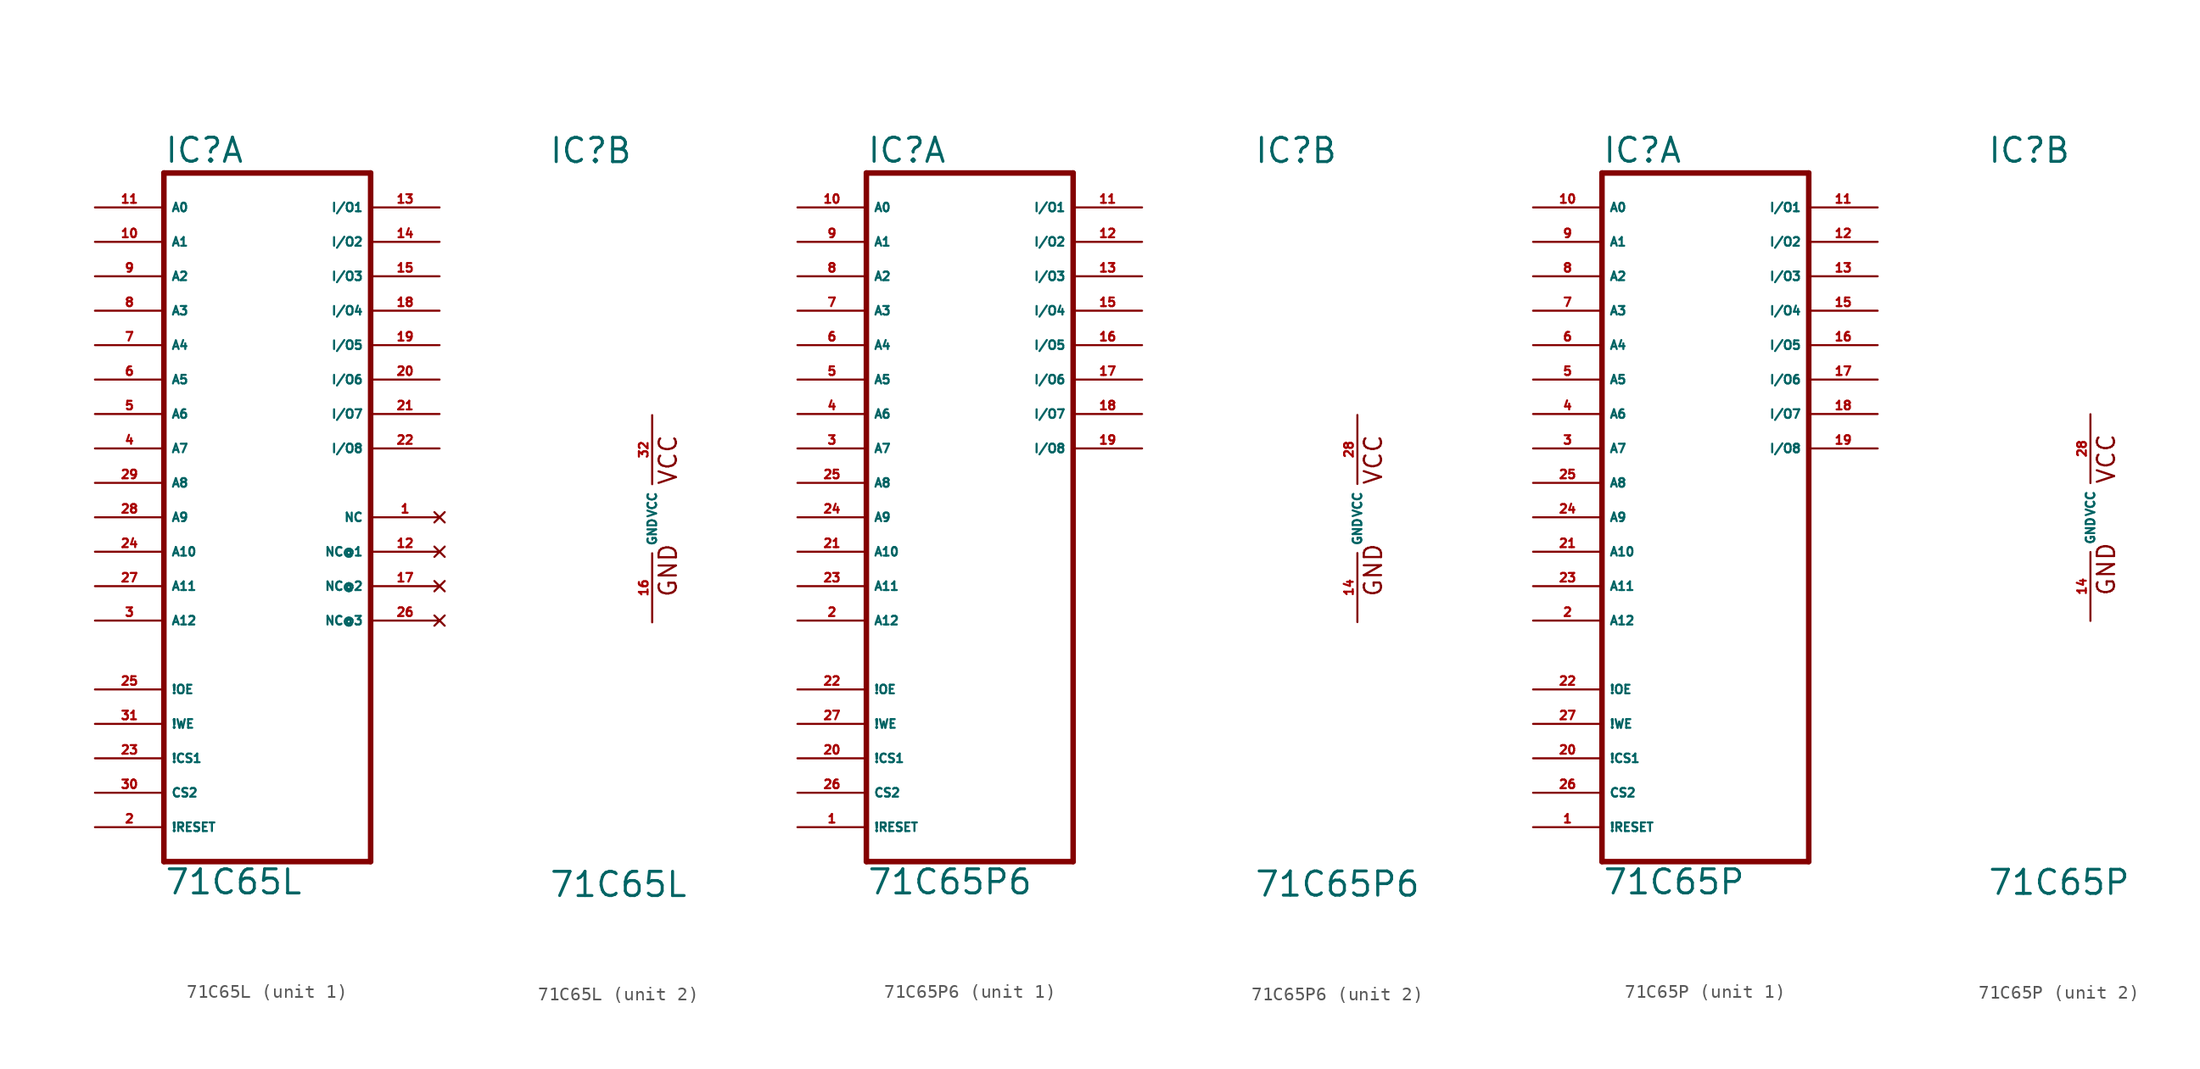
<source format=kicad_sym>
(kicad_symbol_lib
  (version 20220914)
  (generator Eagle2Kicad)
  (symbol "71C65L"
    (property "Reference" "IC"
      (at -7.62 26.035 0)
      (effects (font (size 1.778 1.778) (thickness 0.22)) (justify left bottom)))
    (property "Value" "71C65L"
      (at -7.62 -27.94 0)
      (effects (font (size 1.778 1.778) (thickness 0.22)) (justify left bottom)))
    (symbol "71C65L_1_0"
      (polyline (pts (xy -7.62 -25.4) (xy 7.62 -25.4)) (stroke (width 0.406) (type default)) (fill (type none)))
      (polyline (pts (xy 7.62 -25.4) (xy 7.62 25.4)) (stroke (width 0.406) (type default)) (fill (type none)))
      (polyline (pts (xy 7.62 25.4) (xy -7.62 25.4)) (stroke (width 0.406) (type default)) (fill (type none)))
      (polyline (pts (xy -7.62 25.4) (xy -7.62 -25.4)) (stroke (width 0.406) (type default)) (fill (type none)))
      (pin input line (at -12.7 22.86 0) (length 5.08) (name "A0" (effects (font (size 0.635 0.635) (thickness 0.08)) (justify left bottom))) (number "11" (effects (font (size 0.635 0.635) (thickness 0.08)) (justify left bottom))))
      (pin input line (at -12.7 20.32 0) (length 5.08) (name "A1" (effects (font (size 0.635 0.635) (thickness 0.08)) (justify left bottom))) (number "10" (effects (font (size 0.635 0.635) (thickness 0.08)) (justify left bottom))))
      (pin input line (at -12.7 17.78 0) (length 5.08) (name "A2" (effects (font (size 0.635 0.635) (thickness 0.08)) (justify left bottom))) (number "9" (effects (font (size 0.635 0.635) (thickness 0.08)) (justify left bottom))))
      (pin input line (at -12.7 15.24 0) (length 5.08) (name "A3" (effects (font (size 0.635 0.635) (thickness 0.08)) (justify left bottom))) (number "8" (effects (font (size 0.635 0.635) (thickness 0.08)) (justify left bottom))))
      (pin input line (at -12.7 12.7 0) (length 5.08) (name "A4" (effects (font (size 0.635 0.635) (thickness 0.08)) (justify left bottom))) (number "7" (effects (font (size 0.635 0.635) (thickness 0.08)) (justify left bottom))))
      (pin input line (at -12.7 10.16 0) (length 5.08) (name "A5" (effects (font (size 0.635 0.635) (thickness 0.08)) (justify left bottom))) (number "6" (effects (font (size 0.635 0.635) (thickness 0.08)) (justify left bottom))))
      (pin input line (at -12.7 7.62 0) (length 5.08) (name "A6" (effects (font (size 0.635 0.635) (thickness 0.08)) (justify left bottom))) (number "5" (effects (font (size 0.635 0.635) (thickness 0.08)) (justify left bottom))))
      (pin input line (at -12.7 5.08 0) (length 5.08) (name "A7" (effects (font (size 0.635 0.635) (thickness 0.08)) (justify left bottom))) (number "4" (effects (font (size 0.635 0.635) (thickness 0.08)) (justify left bottom))))
      (pin input line (at -12.7 2.54 0) (length 5.08) (name "A8" (effects (font (size 0.635 0.635) (thickness 0.08)) (justify left bottom))) (number "29" (effects (font (size 0.635 0.635) (thickness 0.08)) (justify left bottom))))
      (pin input line (at -12.7 0 0) (length 5.08) (name "A9" (effects (font (size 0.635 0.635) (thickness 0.08)) (justify left bottom))) (number "28" (effects (font (size 0.635 0.635) (thickness 0.08)) (justify left bottom))))
      (pin input line (at -12.7 -2.54 0) (length 5.08) (name "A10" (effects (font (size 0.635 0.635) (thickness 0.08)) (justify left bottom))) (number "24" (effects (font (size 0.635 0.635) (thickness 0.08)) (justify left bottom))))
      (pin input line (at -12.7 -5.08 0) (length 5.08) (name "A11" (effects (font (size 0.635 0.635) (thickness 0.08)) (justify left bottom))) (number "27" (effects (font (size 0.635 0.635) (thickness 0.08)) (justify left bottom))))
      (pin input line (at -12.7 -12.7 0) (length 5.08) (name "!OE" (effects (font (size 0.635 0.635) (thickness 0.08)) (justify left bottom))) (number "25" (effects (font (size 0.635 0.635) (thickness 0.08)) (justify left bottom))))
      (pin input line (at -12.7 -15.24 0) (length 5.08) (name "!WE" (effects (font (size 0.635 0.635) (thickness 0.08)) (justify left bottom))) (number "31" (effects (font (size 0.635 0.635) (thickness 0.08)) (justify left bottom))))
      (pin input line (at -12.7 -17.78 0) (length 5.08) (name "!CS1" (effects (font (size 0.635 0.635) (thickness 0.08)) (justify left bottom))) (number "23" (effects (font (size 0.635 0.635) (thickness 0.08)) (justify left bottom))))
      (pin bidirectional line (at 12.7 22.86 180) (length 5.08) (name "I/O1" (effects (font (size 0.635 0.635) (thickness 0.08)) (justify left bottom))) (number "13" (effects (font (size 0.635 0.635) (thickness 0.08)) (justify left bottom))))
      (pin bidirectional line (at 12.7 20.32 180) (length 5.08) (name "I/O2" (effects (font (size 0.635 0.635) (thickness 0.08)) (justify left bottom))) (number "14" (effects (font (size 0.635 0.635) (thickness 0.08)) (justify left bottom))))
      (pin bidirectional line (at 12.7 17.78 180) (length 5.08) (name "I/O3" (effects (font (size 0.635 0.635) (thickness 0.08)) (justify left bottom))) (number "15" (effects (font (size 0.635 0.635) (thickness 0.08)) (justify left bottom))))
      (pin bidirectional line (at 12.7 15.24 180) (length 5.08) (name "I/O4" (effects (font (size 0.635 0.635) (thickness 0.08)) (justify left bottom))) (number "18" (effects (font (size 0.635 0.635) (thickness 0.08)) (justify left bottom))))
      (pin input line (at -12.7 -20.32 0) (length 5.08) (name "CS2" (effects (font (size 0.635 0.635) (thickness 0.08)) (justify left bottom))) (number "30" (effects (font (size 0.635 0.635) (thickness 0.08)) (justify left bottom))))
      (pin input line (at -12.7 -7.62 0) (length 5.08) (name "A12" (effects (font (size 0.635 0.635) (thickness 0.08)) (justify left bottom))) (number "3" (effects (font (size 0.635 0.635) (thickness 0.08)) (justify left bottom))))
      (pin bidirectional line (at 12.7 12.7 180) (length 5.08) (name "I/O5" (effects (font (size 0.635 0.635) (thickness 0.08)) (justify left bottom))) (number "19" (effects (font (size 0.635 0.635) (thickness 0.08)) (justify left bottom))))
      (pin bidirectional line (at 12.7 10.16 180) (length 5.08) (name "I/O6" (effects (font (size 0.635 0.635) (thickness 0.08)) (justify left bottom))) (number "20" (effects (font (size 0.635 0.635) (thickness 0.08)) (justify left bottom))))
      (pin bidirectional line (at 12.7 7.62 180) (length 5.08) (name "I/O7" (effects (font (size 0.635 0.635) (thickness 0.08)) (justify left bottom))) (number "21" (effects (font (size 0.635 0.635) (thickness 0.08)) (justify left bottom))))
      (pin bidirectional line (at 12.7 5.08 180) (length 5.08) (name "I/O8" (effects (font (size 0.635 0.635) (thickness 0.08)) (justify left bottom))) (number "22" (effects (font (size 0.635 0.635) (thickness 0.08)) (justify left bottom))))
      (pin input line (at -12.7 -22.86 0) (length 5.08) (name "!RESET" (effects (font (size 0.635 0.635) (thickness 0.08)) (justify left bottom))) (number "2" (effects (font (size 0.635 0.635) (thickness 0.08)) (justify left bottom))))
      (pin no_connect line (at 12.7 -7.62 180) (length 5.08) (name "NC@3" (effects (font (size 0.635 0.635) (thickness 0.08)) (justify left bottom) hide)) (number "26" (effects (font (size 0.635 0.635) (thickness 0.08)) (justify left bottom) hide)))
      (pin no_connect line (at 12.7 -5.08 180) (length 5.08) (name "NC@2" (effects (font (size 0.635 0.635) (thickness 0.08)) (justify left bottom) hide)) (number "17" (effects (font (size 0.635 0.635) (thickness 0.08)) (justify left bottom) hide)))
      (pin no_connect line (at 12.7 -2.54 180) (length 5.08) (name "NC@1" (effects (font (size 0.635 0.635) (thickness 0.08)) (justify left bottom) hide)) (number "12" (effects (font (size 0.635 0.635) (thickness 0.08)) (justify left bottom) hide)))
      (pin no_connect line (at 12.7 0 180) (length 5.08) (name "NC" (effects (font (size 0.635 0.635) (thickness 0.08)) (justify left bottom) hide)) (number "1" (effects (font (size 0.635 0.635) (thickness 0.08)) (justify left bottom) hide))))
    (symbol "71C65L_2_0"
      (text "GND" (at 1.905 -5.842 900) (effects (font (size 1.27 1.27) (thickness 0.16)) (justify left bottom)))
      (text "VCC" (at 1.905 2.413 900) (effects (font (size 1.27 1.27) (thickness 0.16)) (justify left bottom)))
      (pin unspecified line (at 0 7.62 270) (length 5.08) (name "VCC" (effects (font (size 0.635 0.635) (thickness 0.08)) (justify left bottom))) (number "32" (effects (font (size 0.635 0.635) (thickness 0.08)) (justify left bottom))))
      (pin unspecified line (at 0 -7.62 90) (length 5.08) (name "GND" (effects (font (size 0.635 0.635) (thickness 0.08)) (justify left bottom))) (number "16" (effects (font (size 0.635 0.635) (thickness 0.08)) (justify left bottom))))))
  (symbol "71C65P6"
    (property "Reference" "IC"
      (at -7.62 26.035 0)
      (effects (font (size 1.778 1.778) (thickness 0.22)) (justify left bottom)))
    (property "Value" "71C65P6"
      (at -7.62 -27.94 0)
      (effects (font (size 1.778 1.778) (thickness 0.22)) (justify left bottom)))
    (symbol "71C65P6_1_0"
      (polyline (pts (xy -7.62 -25.4) (xy 7.62 -25.4)) (stroke (width 0.406) (type default)) (fill (type none)))
      (polyline (pts (xy 7.62 -25.4) (xy 7.62 25.4)) (stroke (width 0.406) (type default)) (fill (type none)))
      (polyline (pts (xy 7.62 25.4) (xy -7.62 25.4)) (stroke (width 0.406) (type default)) (fill (type none)))
      (polyline (pts (xy -7.62 25.4) (xy -7.62 -25.4)) (stroke (width 0.406) (type default)) (fill (type none)))
      (pin input line (at -12.7 22.86 0) (length 5.08) (name "A0" (effects (font (size 0.635 0.635) (thickness 0.08)) (justify left bottom))) (number "10" (effects (font (size 0.635 0.635) (thickness 0.08)) (justify left bottom))))
      (pin input line (at -12.7 20.32 0) (length 5.08) (name "A1" (effects (font (size 0.635 0.635) (thickness 0.08)) (justify left bottom))) (number "9" (effects (font (size 0.635 0.635) (thickness 0.08)) (justify left bottom))))
      (pin input line (at -12.7 17.78 0) (length 5.08) (name "A2" (effects (font (size 0.635 0.635) (thickness 0.08)) (justify left bottom))) (number "8" (effects (font (size 0.635 0.635) (thickness 0.08)) (justify left bottom))))
      (pin input line (at -12.7 15.24 0) (length 5.08) (name "A3" (effects (font (size 0.635 0.635) (thickness 0.08)) (justify left bottom))) (number "7" (effects (font (size 0.635 0.635) (thickness 0.08)) (justify left bottom))))
      (pin input line (at -12.7 12.7 0) (length 5.08) (name "A4" (effects (font (size 0.635 0.635) (thickness 0.08)) (justify left bottom))) (number "6" (effects (font (size 0.635 0.635) (thickness 0.08)) (justify left bottom))))
      (pin input line (at -12.7 10.16 0) (length 5.08) (name "A5" (effects (font (size 0.635 0.635) (thickness 0.08)) (justify left bottom))) (number "5" (effects (font (size 0.635 0.635) (thickness 0.08)) (justify left bottom))))
      (pin input line (at -12.7 7.62 0) (length 5.08) (name "A6" (effects (font (size 0.635 0.635) (thickness 0.08)) (justify left bottom))) (number "4" (effects (font (size 0.635 0.635) (thickness 0.08)) (justify left bottom))))
      (pin input line (at -12.7 5.08 0) (length 5.08) (name "A7" (effects (font (size 0.635 0.635) (thickness 0.08)) (justify left bottom))) (number "3" (effects (font (size 0.635 0.635) (thickness 0.08)) (justify left bottom))))
      (pin input line (at -12.7 2.54 0) (length 5.08) (name "A8" (effects (font (size 0.635 0.635) (thickness 0.08)) (justify left bottom))) (number "25" (effects (font (size 0.635 0.635) (thickness 0.08)) (justify left bottom))))
      (pin input line (at -12.7 0 0) (length 5.08) (name "A9" (effects (font (size 0.635 0.635) (thickness 0.08)) (justify left bottom))) (number "24" (effects (font (size 0.635 0.635) (thickness 0.08)) (justify left bottom))))
      (pin input line (at -12.7 -2.54 0) (length 5.08) (name "A10" (effects (font (size 0.635 0.635) (thickness 0.08)) (justify left bottom))) (number "21" (effects (font (size 0.635 0.635) (thickness 0.08)) (justify left bottom))))
      (pin input line (at -12.7 -5.08 0) (length 5.08) (name "A11" (effects (font (size 0.635 0.635) (thickness 0.08)) (justify left bottom))) (number "23" (effects (font (size 0.635 0.635) (thickness 0.08)) (justify left bottom))))
      (pin input line (at -12.7 -12.7 0) (length 5.08) (name "!OE" (effects (font (size 0.635 0.635) (thickness 0.08)) (justify left bottom))) (number "22" (effects (font (size 0.635 0.635) (thickness 0.08)) (justify left bottom))))
      (pin input line (at -12.7 -15.24 0) (length 5.08) (name "!WE" (effects (font (size 0.635 0.635) (thickness 0.08)) (justify left bottom))) (number "27" (effects (font (size 0.635 0.635) (thickness 0.08)) (justify left bottom))))
      (pin input line (at -12.7 -17.78 0) (length 5.08) (name "!CS1" (effects (font (size 0.635 0.635) (thickness 0.08)) (justify left bottom))) (number "20" (effects (font (size 0.635 0.635) (thickness 0.08)) (justify left bottom))))
      (pin bidirectional line (at 12.7 22.86 180) (length 5.08) (name "I/O1" (effects (font (size 0.635 0.635) (thickness 0.08)) (justify left bottom))) (number "11" (effects (font (size 0.635 0.635) (thickness 0.08)) (justify left bottom))))
      (pin bidirectional line (at 12.7 20.32 180) (length 5.08) (name "I/O2" (effects (font (size 0.635 0.635) (thickness 0.08)) (justify left bottom))) (number "12" (effects (font (size 0.635 0.635) (thickness 0.08)) (justify left bottom))))
      (pin bidirectional line (at 12.7 17.78 180) (length 5.08) (name "I/O3" (effects (font (size 0.635 0.635) (thickness 0.08)) (justify left bottom))) (number "13" (effects (font (size 0.635 0.635) (thickness 0.08)) (justify left bottom))))
      (pin bidirectional line (at 12.7 15.24 180) (length 5.08) (name "I/O4" (effects (font (size 0.635 0.635) (thickness 0.08)) (justify left bottom))) (number "15" (effects (font (size 0.635 0.635) (thickness 0.08)) (justify left bottom))))
      (pin input line (at -12.7 -20.32 0) (length 5.08) (name "CS2" (effects (font (size 0.635 0.635) (thickness 0.08)) (justify left bottom))) (number "26" (effects (font (size 0.635 0.635) (thickness 0.08)) (justify left bottom))))
      (pin input line (at -12.7 -7.62 0) (length 5.08) (name "A12" (effects (font (size 0.635 0.635) (thickness 0.08)) (justify left bottom))) (number "2" (effects (font (size 0.635 0.635) (thickness 0.08)) (justify left bottom))))
      (pin bidirectional line (at 12.7 12.7 180) (length 5.08) (name "I/O5" (effects (font (size 0.635 0.635) (thickness 0.08)) (justify left bottom))) (number "16" (effects (font (size 0.635 0.635) (thickness 0.08)) (justify left bottom))))
      (pin bidirectional line (at 12.7 10.16 180) (length 5.08) (name "I/O6" (effects (font (size 0.635 0.635) (thickness 0.08)) (justify left bottom))) (number "17" (effects (font (size 0.635 0.635) (thickness 0.08)) (justify left bottom))))
      (pin bidirectional line (at 12.7 7.62 180) (length 5.08) (name "I/O7" (effects (font (size 0.635 0.635) (thickness 0.08)) (justify left bottom))) (number "18" (effects (font (size 0.635 0.635) (thickness 0.08)) (justify left bottom))))
      (pin bidirectional line (at 12.7 5.08 180) (length 5.08) (name "I/O8" (effects (font (size 0.635 0.635) (thickness 0.08)) (justify left bottom))) (number "19" (effects (font (size 0.635 0.635) (thickness 0.08)) (justify left bottom))))
      (pin input line (at -12.7 -22.86 0) (length 5.08) (name "!RESET" (effects (font (size 0.635 0.635) (thickness 0.08)) (justify left bottom))) (number "1" (effects (font (size 0.635 0.635) (thickness 0.08)) (justify left bottom)))))
    (symbol "71C65P6_2_0"
      (text "GND" (at 1.905 -5.842 900) (effects (font (size 1.27 1.27) (thickness 0.16)) (justify left bottom)))
      (text "VCC" (at 1.905 2.413 900) (effects (font (size 1.27 1.27) (thickness 0.16)) (justify left bottom)))
      (pin unspecified line (at 0 7.62 270) (length 5.08) (name "VCC" (effects (font (size 0.635 0.635) (thickness 0.08)) (justify left bottom))) (number "28" (effects (font (size 0.635 0.635) (thickness 0.08)) (justify left bottom))))
      (pin unspecified line (at 0 -7.62 90) (length 5.08) (name "GND" (effects (font (size 0.635 0.635) (thickness 0.08)) (justify left bottom))) (number "14" (effects (font (size 0.635 0.635) (thickness 0.08)) (justify left bottom))))))
  (symbol "71C65P"
    (property "Reference" "IC"
      (at -7.62 26.035 0)
      (effects (font (size 1.778 1.778) (thickness 0.22)) (justify left bottom)))
    (property "Value" "71C65P"
      (at -7.62 -27.94 0)
      (effects (font (size 1.778 1.778) (thickness 0.22)) (justify left bottom)))
    (symbol "71C65P_1_0"
      (polyline (pts (xy -7.62 -25.4) (xy 7.62 -25.4)) (stroke (width 0.406) (type default)) (fill (type none)))
      (polyline (pts (xy 7.62 -25.4) (xy 7.62 25.4)) (stroke (width 0.406) (type default)) (fill (type none)))
      (polyline (pts (xy 7.62 25.4) (xy -7.62 25.4)) (stroke (width 0.406) (type default)) (fill (type none)))
      (polyline (pts (xy -7.62 25.4) (xy -7.62 -25.4)) (stroke (width 0.406) (type default)) (fill (type none)))
      (pin input line (at -12.7 22.86 0) (length 5.08) (name "A0" (effects (font (size 0.635 0.635) (thickness 0.08)) (justify left bottom))) (number "10" (effects (font (size 0.635 0.635) (thickness 0.08)) (justify left bottom))))
      (pin input line (at -12.7 20.32 0) (length 5.08) (name "A1" (effects (font (size 0.635 0.635) (thickness 0.08)) (justify left bottom))) (number "9" (effects (font (size 0.635 0.635) (thickness 0.08)) (justify left bottom))))
      (pin input line (at -12.7 17.78 0) (length 5.08) (name "A2" (effects (font (size 0.635 0.635) (thickness 0.08)) (justify left bottom))) (number "8" (effects (font (size 0.635 0.635) (thickness 0.08)) (justify left bottom))))
      (pin input line (at -12.7 15.24 0) (length 5.08) (name "A3" (effects (font (size 0.635 0.635) (thickness 0.08)) (justify left bottom))) (number "7" (effects (font (size 0.635 0.635) (thickness 0.08)) (justify left bottom))))
      (pin input line (at -12.7 12.7 0) (length 5.08) (name "A4" (effects (font (size 0.635 0.635) (thickness 0.08)) (justify left bottom))) (number "6" (effects (font (size 0.635 0.635) (thickness 0.08)) (justify left bottom))))
      (pin input line (at -12.7 10.16 0) (length 5.08) (name "A5" (effects (font (size 0.635 0.635) (thickness 0.08)) (justify left bottom))) (number "5" (effects (font (size 0.635 0.635) (thickness 0.08)) (justify left bottom))))
      (pin input line (at -12.7 7.62 0) (length 5.08) (name "A6" (effects (font (size 0.635 0.635) (thickness 0.08)) (justify left bottom))) (number "4" (effects (font (size 0.635 0.635) (thickness 0.08)) (justify left bottom))))
      (pin input line (at -12.7 5.08 0) (length 5.08) (name "A7" (effects (font (size 0.635 0.635) (thickness 0.08)) (justify left bottom))) (number "3" (effects (font (size 0.635 0.635) (thickness 0.08)) (justify left bottom))))
      (pin input line (at -12.7 2.54 0) (length 5.08) (name "A8" (effects (font (size 0.635 0.635) (thickness 0.08)) (justify left bottom))) (number "25" (effects (font (size 0.635 0.635) (thickness 0.08)) (justify left bottom))))
      (pin input line (at -12.7 0 0) (length 5.08) (name "A9" (effects (font (size 0.635 0.635) (thickness 0.08)) (justify left bottom))) (number "24" (effects (font (size 0.635 0.635) (thickness 0.08)) (justify left bottom))))
      (pin input line (at -12.7 -2.54 0) (length 5.08) (name "A10" (effects (font (size 0.635 0.635) (thickness 0.08)) (justify left bottom))) (number "21" (effects (font (size 0.635 0.635) (thickness 0.08)) (justify left bottom))))
      (pin input line (at -12.7 -5.08 0) (length 5.08) (name "A11" (effects (font (size 0.635 0.635) (thickness 0.08)) (justify left bottom))) (number "23" (effects (font (size 0.635 0.635) (thickness 0.08)) (justify left bottom))))
      (pin input line (at -12.7 -12.7 0) (length 5.08) (name "!OE" (effects (font (size 0.635 0.635) (thickness 0.08)) (justify left bottom))) (number "22" (effects (font (size 0.635 0.635) (thickness 0.08)) (justify left bottom))))
      (pin input line (at -12.7 -15.24 0) (length 5.08) (name "!WE" (effects (font (size 0.635 0.635) (thickness 0.08)) (justify left bottom))) (number "27" (effects (font (size 0.635 0.635) (thickness 0.08)) (justify left bottom))))
      (pin input line (at -12.7 -17.78 0) (length 5.08) (name "!CS1" (effects (font (size 0.635 0.635) (thickness 0.08)) (justify left bottom))) (number "20" (effects (font (size 0.635 0.635) (thickness 0.08)) (justify left bottom))))
      (pin bidirectional line (at 12.7 22.86 180) (length 5.08) (name "I/O1" (effects (font (size 0.635 0.635) (thickness 0.08)) (justify left bottom))) (number "11" (effects (font (size 0.635 0.635) (thickness 0.08)) (justify left bottom))))
      (pin bidirectional line (at 12.7 20.32 180) (length 5.08) (name "I/O2" (effects (font (size 0.635 0.635) (thickness 0.08)) (justify left bottom))) (number "12" (effects (font (size 0.635 0.635) (thickness 0.08)) (justify left bottom))))
      (pin bidirectional line (at 12.7 17.78 180) (length 5.08) (name "I/O3" (effects (font (size 0.635 0.635) (thickness 0.08)) (justify left bottom))) (number "13" (effects (font (size 0.635 0.635) (thickness 0.08)) (justify left bottom))))
      (pin bidirectional line (at 12.7 15.24 180) (length 5.08) (name "I/O4" (effects (font (size 0.635 0.635) (thickness 0.08)) (justify left bottom))) (number "15" (effects (font (size 0.635 0.635) (thickness 0.08)) (justify left bottom))))
      (pin input line (at -12.7 -20.32 0) (length 5.08) (name "CS2" (effects (font (size 0.635 0.635) (thickness 0.08)) (justify left bottom))) (number "26" (effects (font (size 0.635 0.635) (thickness 0.08)) (justify left bottom))))
      (pin input line (at -12.7 -7.62 0) (length 5.08) (name "A12" (effects (font (size 0.635 0.635) (thickness 0.08)) (justify left bottom))) (number "2" (effects (font (size 0.635 0.635) (thickness 0.08)) (justify left bottom))))
      (pin bidirectional line (at 12.7 12.7 180) (length 5.08) (name "I/O5" (effects (font (size 0.635 0.635) (thickness 0.08)) (justify left bottom))) (number "16" (effects (font (size 0.635 0.635) (thickness 0.08)) (justify left bottom))))
      (pin bidirectional line (at 12.7 10.16 180) (length 5.08) (name "I/O6" (effects (font (size 0.635 0.635) (thickness 0.08)) (justify left bottom))) (number "17" (effects (font (size 0.635 0.635) (thickness 0.08)) (justify left bottom))))
      (pin bidirectional line (at 12.7 7.62 180) (length 5.08) (name "I/O7" (effects (font (size 0.635 0.635) (thickness 0.08)) (justify left bottom))) (number "18" (effects (font (size 0.635 0.635) (thickness 0.08)) (justify left bottom))))
      (pin bidirectional line (at 12.7 5.08 180) (length 5.08) (name "I/O8" (effects (font (size 0.635 0.635) (thickness 0.08)) (justify left bottom))) (number "19" (effects (font (size 0.635 0.635) (thickness 0.08)) (justify left bottom))))
      (pin input line (at -12.7 -22.86 0) (length 5.08) (name "!RESET" (effects (font (size 0.635 0.635) (thickness 0.08)) (justify left bottom))) (number "1" (effects (font (size 0.635 0.635) (thickness 0.08)) (justify left bottom)))))
    (symbol "71C65P_2_0"
      (text "GND" (at 1.905 -5.842 900) (effects (font (size 1.27 1.27) (thickness 0.16)) (justify left bottom)))
      (text "VCC" (at 1.905 2.413 900) (effects (font (size 1.27 1.27) (thickness 0.16)) (justify left bottom)))
      (pin unspecified line (at 0 7.62 270) (length 5.08) (name "VCC" (effects (font (size 0.635 0.635) (thickness 0.08)) (justify left bottom))) (number "28" (effects (font (size 0.635 0.635) (thickness 0.08)) (justify left bottom))))
      (pin unspecified line (at 0 -7.62 90) (length 5.08) (name "GND" (effects (font (size 0.635 0.635) (thickness 0.08)) (justify left bottom))) (number "14" (effects (font (size 0.635 0.635) (thickness 0.08)) (justify left bottom)))))))
</source>
